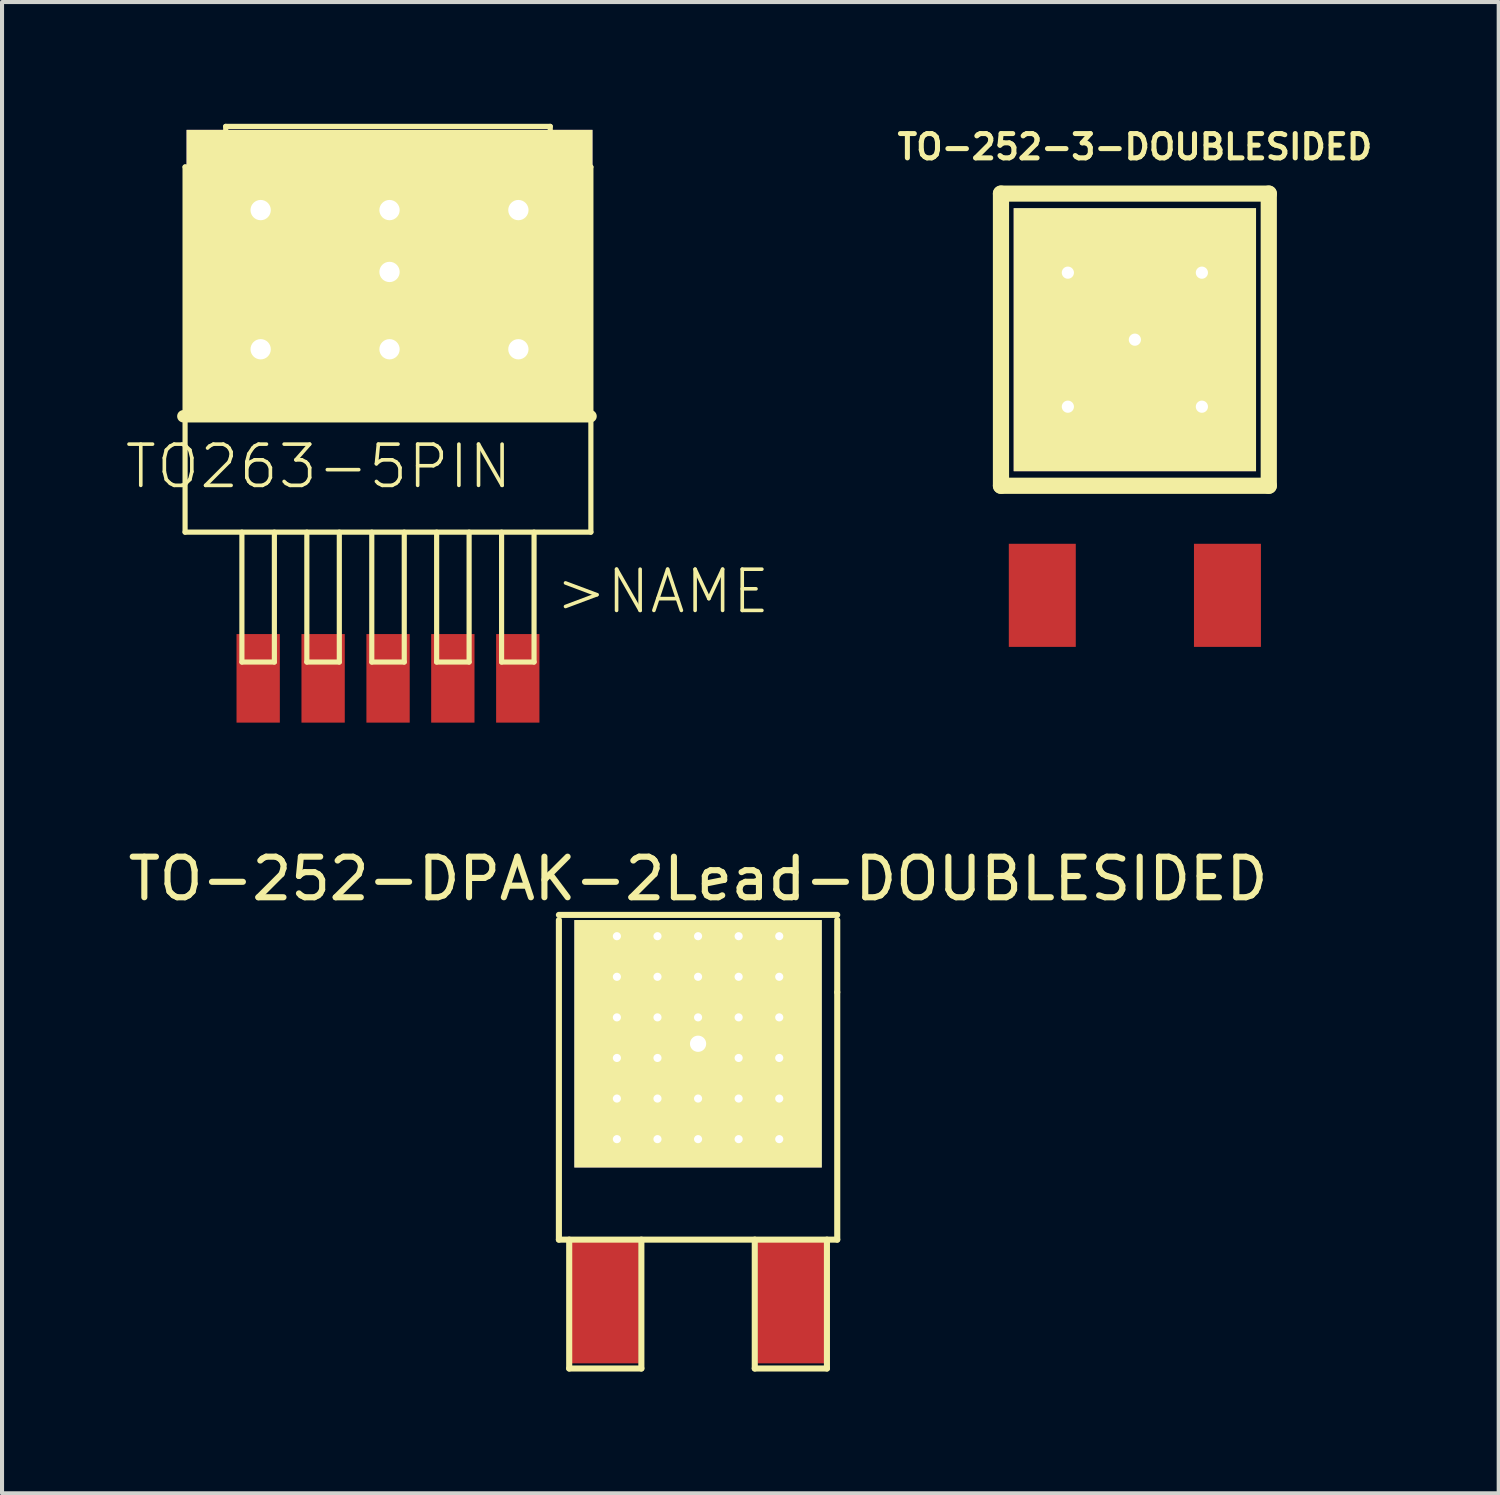
<source format=kicad_pcb>
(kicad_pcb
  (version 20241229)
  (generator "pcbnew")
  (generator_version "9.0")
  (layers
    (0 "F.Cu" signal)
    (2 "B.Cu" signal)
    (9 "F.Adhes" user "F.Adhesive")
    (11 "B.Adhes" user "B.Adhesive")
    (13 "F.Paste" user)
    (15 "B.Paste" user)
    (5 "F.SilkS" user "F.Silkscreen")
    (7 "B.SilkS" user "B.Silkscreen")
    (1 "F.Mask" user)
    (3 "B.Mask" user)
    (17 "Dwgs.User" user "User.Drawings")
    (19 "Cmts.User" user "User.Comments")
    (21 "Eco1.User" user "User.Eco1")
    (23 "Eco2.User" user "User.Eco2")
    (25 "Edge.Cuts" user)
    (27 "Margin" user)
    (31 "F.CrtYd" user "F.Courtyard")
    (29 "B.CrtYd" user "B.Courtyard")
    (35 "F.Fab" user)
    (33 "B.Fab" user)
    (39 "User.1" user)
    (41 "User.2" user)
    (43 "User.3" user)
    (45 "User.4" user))
  (footprint "TO-252-DPAK-2Lead-DOUBLESIDED"
    (layer "F.Cu")
    (at 14.149 29.016)
    (property "Reference" "TO-252-DPAK-2Lead-DOUBLESIDED" (at 0 -10.414 0) (layer "F.SilkS") (effects (font (size 1 1) (thickness 0.15))))
    (attr smd)
    (fp_line (start -3.429 -9.525) (end 3.429 -9.525) (stroke (width 0.15) (type solid)) (layer "F.SilkS"))
    (fp_line (start -3.429 -1.524) (end -3.429 -9.398) (stroke (width 0.15) (type solid)) (layer "F.SilkS"))
    (fp_line (start -3.175 -1.524) (end -3.175 1.651) (stroke (width 0.15) (type solid)) (layer "F.SilkS"))
    (fp_line (start -3.175 1.651) (end -1.397 1.651) (stroke (width 0.15) (type solid)) (layer "F.SilkS"))
    (fp_line (start -1.397 1.651) (end -1.397 -1.524) (stroke (width 0.15) (type solid)) (layer "F.SilkS"))
    (fp_line (start 1.397 -1.524) (end 1.397 1.651) (stroke (width 0.15) (type solid)) (layer "F.SilkS"))
    (fp_line (start 1.397 1.651) (end 3.175 1.651) (stroke (width 0.15) (type solid)) (layer "F.SilkS"))
    (fp_line (start 3.175 1.651) (end 3.175 -1.524) (stroke (width 0.15) (type solid)) (layer "F.SilkS"))
    (fp_line (start 3.429 -9.398) (end 3.429 -7.62) (stroke (width 0.15) (type solid)) (layer "F.SilkS"))
    (fp_line (start 3.429 -7.62) (end 3.429 -1.524) (stroke (width 0.15) (type solid)) (layer "F.SilkS"))
    (fp_line (start 3.429 -1.524) (end -3.429 -1.524) (stroke (width 0.15) (type solid)) (layer "F.SilkS"))
    (pad "" np_thru_hole circle (at -2 -9) (size 0.5 0.5) (drill 0.2) (layers "*.Cu" "F.Mask" "F.SilkS"))
    (pad "" np_thru_hole circle (at -2 -8) (size 0.5 0.5) (drill 0.2) (layers "*.Cu" "F.Mask" "F.SilkS"))
    (pad "" np_thru_hole circle (at -2 -7) (size 0.5 0.5) (drill 0.2) (layers "*.Cu" "F.Mask" "F.SilkS"))
    (pad "" np_thru_hole circle (at -2 -6) (size 0.5 0.5) (drill 0.2) (layers "*.Cu" "F.Mask" "F.SilkS"))
    (pad "" np_thru_hole circle (at -2 -5) (size 0.5 0.5) (drill 0.2) (layers "*.Cu" "F.Mask" "F.SilkS"))
    (pad "" np_thru_hole circle (at -2 -4) (size 0.5 0.5) (drill 0.2) (layers "*.Cu" "F.Mask" "F.SilkS"))
    (pad "" np_thru_hole circle (at -1 -9) (size 0.5 0.5) (drill 0.2) (layers "*.Cu" "F.Mask" "F.SilkS"))
    (pad "" np_thru_hole circle (at -1 -8) (size 0.5 0.5) (drill 0.2) (layers "*.Cu" "F.Mask" "F.SilkS"))
    (pad "" np_thru_hole circle (at -1 -7) (size 0.5 0.5) (drill 0.2) (layers "*.Cu" "F.Mask" "F.SilkS"))
    (pad "" np_thru_hole circle (at -1 -6) (size 0.5 0.5) (drill 0.2) (layers "*.Cu" "F.Mask" "F.SilkS"))
    (pad "" np_thru_hole circle (at -1 -5) (size 0.5 0.5) (drill 0.2) (layers "*.Cu" "F.Mask" "F.SilkS"))
    (pad "" np_thru_hole circle (at -1 -4) (size 0.5 0.5) (drill 0.2) (layers "*.Cu" "F.Mask" "F.SilkS"))
    (pad "" np_thru_hole circle (at 0 -9) (size 0.5 0.5) (drill 0.2) (layers "*.Cu" "F.Mask" "F.SilkS"))
    (pad "" np_thru_hole circle (at 0 -8) (size 0.5 0.5) (drill 0.2) (layers "*.Cu" "F.Mask" "F.SilkS"))
    (pad "" np_thru_hole circle (at 0 -7) (size 0.5 0.5) (drill 0.2) (layers "*.Cu" "F.Mask" "F.SilkS"))
    (pad "" np_thru_hole circle (at 0 -5) (size 0.5 0.5) (drill 0.2) (layers "*.Cu" "F.Mask" "F.SilkS"))
    (pad "" np_thru_hole circle (at 0 -4) (size 0.5 0.5) (drill 0.2) (layers "*.Cu" "F.Mask" "F.SilkS"))
    (pad "" np_thru_hole circle (at 1 -9) (size 0.5 0.5) (drill 0.2) (layers "*.Cu" "F.Mask" "F.SilkS"))
    (pad "" np_thru_hole circle (at 1 -8) (size 0.5 0.5) (drill 0.2) (layers "*.Cu" "F.Mask" "F.SilkS"))
    (pad "" np_thru_hole circle (at 1 -7) (size 0.5 0.5) (drill 0.2) (layers "*.Cu" "F.Mask" "F.SilkS"))
    (pad "" np_thru_hole circle (at 1 -6) (size 0.5 0.5) (drill 0.2) (layers "*.Cu" "F.Mask" "F.SilkS"))
    (pad "" np_thru_hole circle (at 1 -5) (size 0.5 0.5) (drill 0.2) (layers "*.Cu" "F.Mask" "F.SilkS"))
    (pad "" np_thru_hole circle (at 1 -4) (size 0.5 0.5) (drill 0.2) (layers "*.Cu" "F.Mask" "F.SilkS"))
    (pad "" np_thru_hole circle (at 2 -9) (size 0.5 0.5) (drill 0.2) (layers "*.Cu" "F.Mask" "F.SilkS"))
    (pad "" np_thru_hole circle (at 2 -8) (size 0.5 0.5) (drill 0.2) (layers "*.Cu" "F.Mask" "F.SilkS"))
    (pad "" np_thru_hole circle (at 2 -7) (size 0.5 0.5) (drill 0.2) (layers "*.Cu" "F.Mask" "F.SilkS"))
    (pad "" np_thru_hole circle (at 2 -6) (size 0.5 0.5) (drill 0.2) (layers "*.Cu" "F.Mask" "F.SilkS"))
    (pad "" np_thru_hole circle (at 2 -5) (size 0.5 0.5) (drill 0.2) (layers "*.Cu" "F.Mask" "F.SilkS"))
    (pad "" np_thru_hole circle (at 2 -4) (size 0.5 0.5) (drill 0.2) (layers "*.Cu" "F.Mask" "F.SilkS"))
    (pad "1" smd rect (at -2.286 0) (size 1.651 3.048) (layers "F.Cu" "F.Mask" "F.Paste"))
    (pad "2" thru_hole rect (at 0 -6.35) (size 6.096 6.096) (drill 0.4) (layers "*.Cu" "F.Mask" "F.SilkS"))
    (pad "3" smd rect (at 2.286 0) (size 1.651 3.048) (layers "F.Cu" "F.Mask" "F.Paste")))
  (footprint "TO263-5PIN"
    (layer "F.Cu")
    (at 6.547 6.952)
    (property "Reference" "TO263-5PIN" (at -1.75 1.491 0) (layer "F.SilkS") (effects (font (size 1.016 1.016) (thickness 0.089))))
    (attr smd)
    (fp_line (start -5.08 0.254) (end 4.953 0.254) (stroke (width 0.305) (type solid)) (layer "F.SilkS"))
    (fp_line (start -5.037 -5.888) (end -5.037 3.109) (stroke (width 0.127) (type solid)) (layer "F.SilkS"))
    (fp_line (start -5.037 3.109) (end 4.961 3.109) (stroke (width 0.127) (type solid)) (layer "F.SilkS"))
    (fp_line (start -4.036 -6.888) (end -4.036 -5.888) (stroke (width 0.127) (type solid)) (layer "F.SilkS"))
    (fp_line (start -4.036 -5.888) (end -5.037 -5.888) (stroke (width 0.127) (type solid)) (layer "F.SilkS"))
    (fp_line (start -3.637 3.109) (end -3.637 6.309) (stroke (width 0.127) (type solid)) (layer "F.SilkS"))
    (fp_line (start -3.637 6.309) (end -2.837 6.309) (stroke (width 0.127) (type solid)) (layer "F.SilkS"))
    (fp_line (start -2.837 6.309) (end -2.837 3.109) (stroke (width 0.127) (type solid)) (layer "F.SilkS"))
    (fp_line (start -2.037 3.109) (end -2.037 6.309) (stroke (width 0.127) (type solid)) (layer "F.SilkS"))
    (fp_line (start -2.037 6.309) (end -1.237 6.309) (stroke (width 0.127) (type solid)) (layer "F.SilkS"))
    (fp_line (start -1.237 6.309) (end -1.237 3.109) (stroke (width 0.127) (type solid)) (layer "F.SilkS"))
    (fp_line (start -0.437 3.109) (end -0.437 6.309) (stroke (width 0.127) (type solid)) (layer "F.SilkS"))
    (fp_line (start -0.437 6.309) (end 0.363 6.309) (stroke (width 0.127) (type solid)) (layer "F.SilkS"))
    (fp_line (start 0.363 6.309) (end 0.363 3.109) (stroke (width 0.127) (type solid)) (layer "F.SilkS"))
    (fp_line (start 1.161 3.109) (end 1.161 6.309) (stroke (width 0.127) (type solid)) (layer "F.SilkS"))
    (fp_line (start 1.161 6.309) (end 1.961 6.309) (stroke (width 0.127) (type solid)) (layer "F.SilkS"))
    (fp_line (start 1.961 6.309) (end 1.961 3.109) (stroke (width 0.127) (type solid)) (layer "F.SilkS"))
    (fp_line (start 2.761 3.109) (end 2.761 6.309) (stroke (width 0.127) (type solid)) (layer "F.SilkS"))
    (fp_line (start 2.761 6.309) (end 3.561 6.309) (stroke (width 0.127) (type solid)) (layer "F.SilkS"))
    (fp_line (start 3.561 6.309) (end 3.561 3.109) (stroke (width 0.127) (type solid)) (layer "F.SilkS"))
    (fp_line (start 3.96 -6.888) (end -4.036 -6.888) (stroke (width 0.127) (type solid)) (layer "F.SilkS"))
    (fp_line (start 3.96 -5.888) (end 3.96 -6.888) (stroke (width 0.127) (type solid)) (layer "F.SilkS"))
    (fp_line (start 4.961 -5.888) (end 3.96 -5.888) (stroke (width 0.127) (type solid)) (layer "F.SilkS"))
    (fp_line (start 4.961 3.109) (end 4.961 -5.888) (stroke (width 0.127) (type solid)) (layer "F.SilkS"))
    (fp_text user ">NAME" (at 6.731 4.572 0) (layer "F.SilkS") (effects (font (size 1.016 1.016) (thickness 0.089))))
    (pad "1" smd rect (at -3.236 6.711) (size 1.067 2.182) (layers "F.Cu" "F.Mask" "F.Paste"))
    (pad "2" smd rect (at -1.636 6.711) (size 1.067 2.182) (layers "F.Cu" "F.Mask" "F.Paste"))
    (pad "3" thru_hole circle (at -3.175 -4.826) (size 1 1) (drill 0.5) (layers "*.Cu" "*.Mask" "F.SilkS"))
    (pad "3" thru_hole circle (at -3.175 -1.397) (size 1 1) (drill 0.5) (layers "*.Cu" "*.Mask" "F.SilkS"))
    (pad "3" smd rect (at -0.036 6.711) (size 1.067 2.182) (layers "F.Cu" "F.Mask" "F.Paste"))
    (pad "3" thru_hole circle (at 0 -4.826) (size 1 1) (drill 0.5) (layers "*.Cu" "*.Mask" "F.SilkS"))
    (pad "3" thru_hole rect (at 0 -3.302) (size 10 7) (drill 0.5) (layers "*.Cu" "*.Mask" "F.SilkS"))
    (pad "3" thru_hole circle (at 0 -1.397) (size 1 1) (drill 0.5) (layers "*.Cu" "*.Mask" "F.SilkS"))
    (pad "3" thru_hole circle (at 3.175 -4.826) (size 1 1) (drill 0.5) (layers "*.Cu" "*.Mask" "F.SilkS"))
    (pad "3" thru_hole circle (at 3.175 -1.397) (size 1 1) (drill 0.5) (layers "*.Cu" "*.Mask" "F.SilkS"))
    (pad "4" smd rect (at 1.56 6.711) (size 1.067 2.182) (layers "F.Cu" "F.Mask" "F.Paste"))
    (pad "5" smd rect (at 3.16 6.711) (size 1.067 2.182) (layers "F.Cu" "F.Mask" "F.Paste")))
  (footprint "TO-252-3-DOUBLESIDED"
    (layer "F.Cu")
    (at 24.911 5.319)
    (property "Reference" "TO-252-3-DOUBLESIDED" (at 0 -4.75 0) (layer "F.SilkS") (effects (font (size 0.599 0.599) (thickness 0.124))))
    (attr through_hole)
    (fp_line (start -3.299 -3.599) (end 3.299 -3.599) (stroke (width 0.399) (type solid)) (layer "F.SilkS"))
    (fp_line (start -3.299 3.599) (end -3.299 -3.599) (stroke (width 0.399) (type solid)) (layer "F.SilkS"))
    (fp_line (start 3.299 -3.599) (end 3.299 3.599) (stroke (width 0.399) (type solid)) (layer "F.SilkS"))
    (fp_line (start 3.299 3.599) (end -3.299 3.599) (stroke (width 0.399) (type solid)) (layer "F.SilkS"))
    (pad "1" smd rect (at -2.281 6.299) (size 1.65 2.54) (layers "F.Cu" "F.Mask" "F.Paste"))
    (pad "2" thru_hole circle (at -1.651 -1.651) (size 1 1) (drill 0.3) (layers "*.Cu" "*.Mask" "F.SilkS"))
    (pad "2" thru_hole circle (at -1.651 1.651) (size 1 1) (drill 0.3) (layers "*.Cu" "*.Mask" "F.SilkS"))
    (pad "2" thru_hole rect (at 0 0) (size 5.97 6.48) (drill 0.3) (layers "*.Cu" "F.Mask" "F.SilkS"))
    (pad "2" thru_hole circle (at 1.651 -1.651) (size 1 1) (drill 0.3) (layers "*.Cu" "*.Mask" "F.SilkS"))
    (pad "2" thru_hole circle (at 1.651 1.651) (size 1 1) (drill 0.3) (layers "*.Cu" "*.Mask" "F.SilkS"))
    (pad "3" smd rect (at 2.281 6.299) (size 1.65 2.54) (layers "F.Cu" "F.Mask" "F.Paste")))
  (gr_rect
    (start -3 -3)
    (end 33.875 33.742)
    (stroke (width 0.1) (type default))
    (fill no)
    (layer "Edge.Cuts")))
</source>
